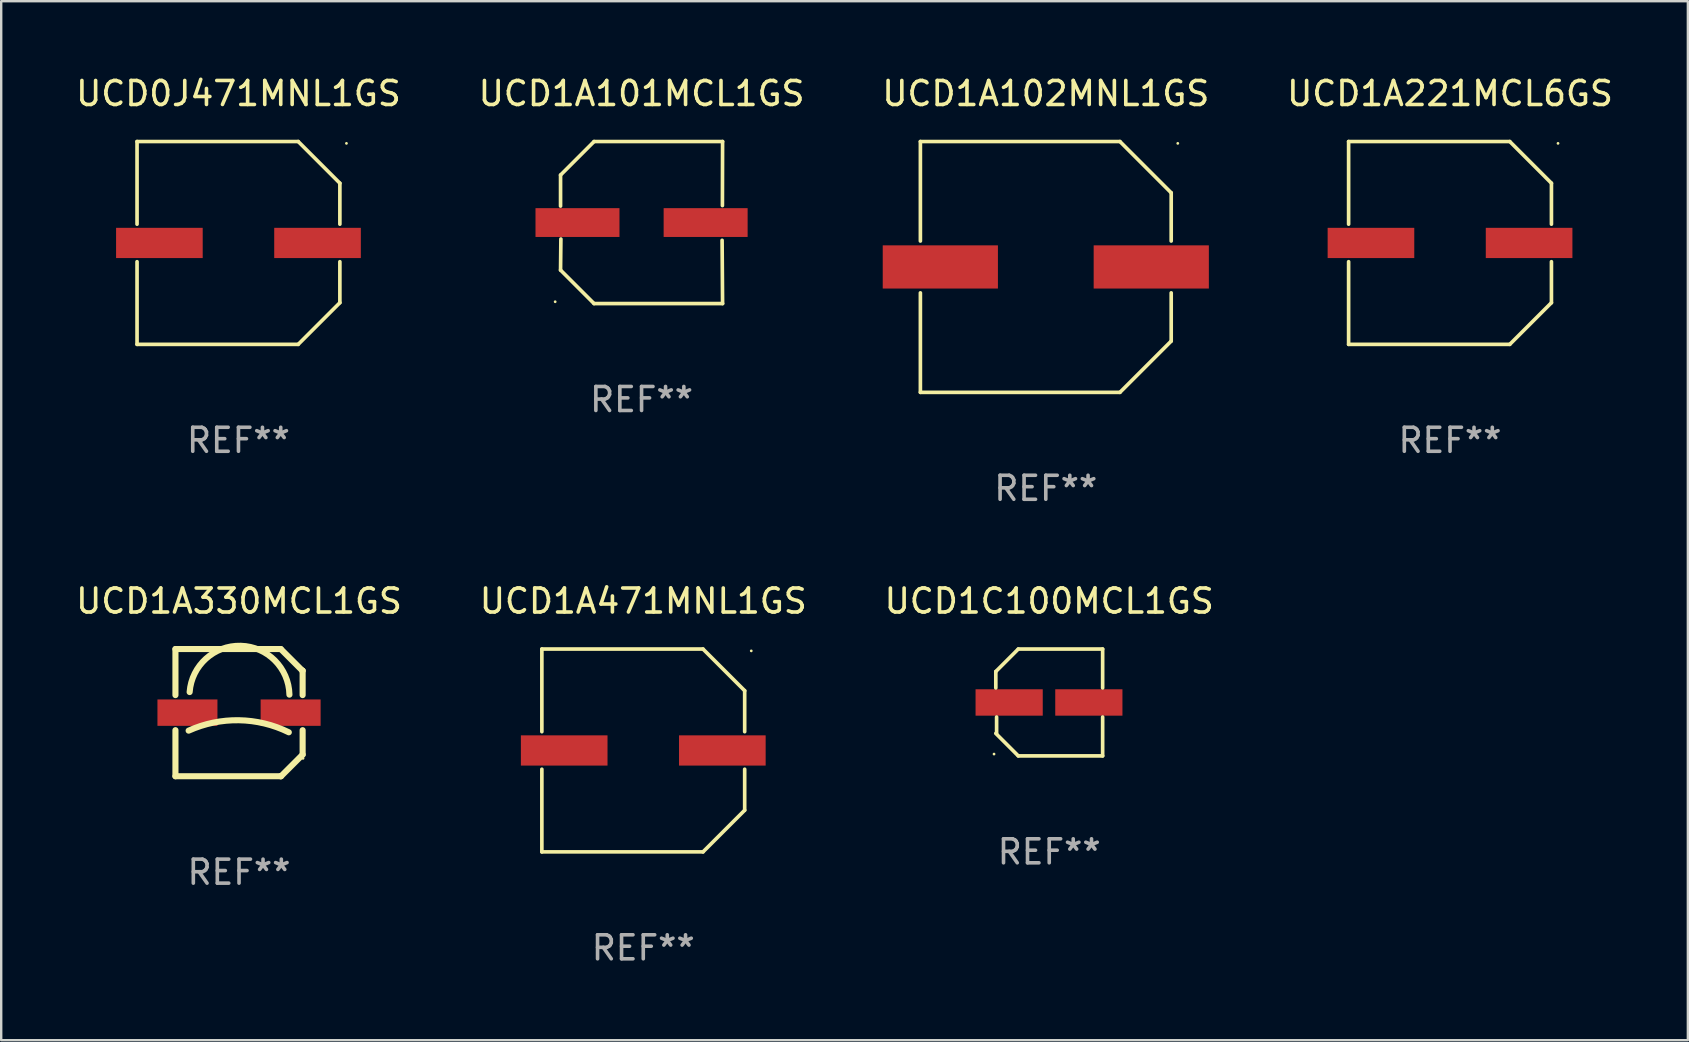
<source format=kicad_pcb>
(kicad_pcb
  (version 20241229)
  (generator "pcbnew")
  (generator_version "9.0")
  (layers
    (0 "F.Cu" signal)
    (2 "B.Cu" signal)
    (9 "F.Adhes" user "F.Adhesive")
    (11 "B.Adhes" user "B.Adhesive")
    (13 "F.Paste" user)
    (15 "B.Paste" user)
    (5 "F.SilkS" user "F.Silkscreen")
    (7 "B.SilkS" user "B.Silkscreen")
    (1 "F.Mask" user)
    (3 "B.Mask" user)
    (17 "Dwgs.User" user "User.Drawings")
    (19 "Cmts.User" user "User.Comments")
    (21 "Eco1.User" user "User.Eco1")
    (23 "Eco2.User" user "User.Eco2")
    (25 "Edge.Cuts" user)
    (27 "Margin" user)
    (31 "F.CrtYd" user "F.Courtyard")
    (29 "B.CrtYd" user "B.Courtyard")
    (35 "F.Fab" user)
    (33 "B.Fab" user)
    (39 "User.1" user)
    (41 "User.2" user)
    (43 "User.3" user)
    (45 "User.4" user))
  (footprint "UCD0J471MNL1GS"
    (layer "F.Cu")
    (at 6.887 7.074)
    (property "Reference" "UCD0J471MNL1GS" (at 0 -6.226 0) (layer "F.SilkS") (effects (font (size 1 1) (thickness 0.15))))
    (attr through_hole)
    (fp_line (start -4.226 -4.226) (end 2.49 -4.226) (stroke (width 0.152) (type solid)) (layer "F.SilkS"))
    (fp_line (start -4.226 -0.782) (end -4.226 -4.226) (stroke (width 0.152) (type solid)) (layer "F.SilkS"))
    (fp_line (start -4.226 0.782) (end -4.226 4.226) (stroke (width 0.152) (type solid)) (layer "F.SilkS"))
    (fp_line (start -4.226 4.226) (end 2.49 4.226) (stroke (width 0.152) (type solid)) (layer "F.SilkS"))
    (fp_line (start 2.49 -4.226) (end 4.226 -2.49) (stroke (width 0.152) (type solid)) (layer "F.SilkS"))
    (fp_line (start 2.49 4.226) (end 4.226 2.49) (stroke (width 0.152) (type solid)) (layer "F.SilkS"))
    (fp_line (start 4.226 -2.49) (end 4.226 -0.782) (stroke (width 0.152) (type solid)) (layer "F.SilkS"))
    (fp_line (start 4.226 2.49) (end 4.226 0.782) (stroke (width 0.152) (type solid)) (layer "F.SilkS"))
    (fp_circle (center 4.5 -4.15) (end 4.53 -4.15) (stroke (width 0.06) (type solid)) (fill no) (layer "F.SilkS"))
    (fp_text user "REF**" (at 0 8.226 0) (layer "F.Fab") (effects (font (size 1 1) (thickness 0.15))))
    (pad "1" smd rect (at 3.295 0 180) (size 3.61 1.26) (layers "F.Cu" "F.Mask" "F.Paste"))
    (pad "2" smd rect (at -3.295 0 180) (size 3.61 1.26) (layers "F.Cu" "F.Mask" "F.Paste")))
  (footprint "UCD1A471MNL1GS"
    (layer "F.Cu")
    (at 23.756 28.223)
    (property "Reference" "UCD1A471MNL1GS" (at 0 -6.226 0) (layer "F.SilkS") (effects (font (size 1 1) (thickness 0.15))))
    (attr through_hole)
    (fp_line (start -4.226 -4.226) (end 2.49 -4.226) (stroke (width 0.152) (type solid)) (layer "F.SilkS"))
    (fp_line (start -4.226 -0.782) (end -4.226 -4.226) (stroke (width 0.152) (type solid)) (layer "F.SilkS"))
    (fp_line (start -4.226 0.782) (end -4.226 4.226) (stroke (width 0.152) (type solid)) (layer "F.SilkS"))
    (fp_line (start -4.226 4.226) (end 2.49 4.226) (stroke (width 0.152) (type solid)) (layer "F.SilkS"))
    (fp_line (start 2.49 -4.226) (end 4.226 -2.49) (stroke (width 0.152) (type solid)) (layer "F.SilkS"))
    (fp_line (start 2.49 4.226) (end 4.226 2.49) (stroke (width 0.152) (type solid)) (layer "F.SilkS"))
    (fp_line (start 4.226 -2.49) (end 4.226 -0.782) (stroke (width 0.152) (type solid)) (layer "F.SilkS"))
    (fp_line (start 4.226 2.49) (end 4.226 0.782) (stroke (width 0.152) (type solid)) (layer "F.SilkS"))
    (fp_circle (center 4.5 -4.15) (end 4.53 -4.15) (stroke (width 0.06) (type solid)) (fill no) (layer "F.SilkS"))
    (fp_text user "REF**" (at 0 8.226 0) (layer "F.Fab") (effects (font (size 1 1) (thickness 0.15))))
    (pad "1" smd rect (at 3.295 0 180) (size 3.61 1.26) (layers "F.Cu" "F.Mask" "F.Paste"))
    (pad "2" smd rect (at -3.295 0 180) (size 3.61 1.26) (layers "F.Cu" "F.Mask" "F.Paste")))
  (footprint "UCD1C100MCL1GS"
    (layer "F.Cu")
    (at 40.673 26.223)
    (property "Reference" "UCD1C100MCL1GS" (at 0 -4.226 0) (layer "F.SilkS") (effects (font (size 1 1) (thickness 0.15))))
    (attr through_hole)
    (fp_line (start -2.226 -1.29) (end -2.226 -0.607) (stroke (width 0.152) (type solid)) (layer "F.SilkS"))
    (fp_line (start -2.193 1.29) (end -2.193 0.607) (stroke (width 0.152) (type solid)) (layer "F.SilkS"))
    (fp_line (start -1.29 2.226) (end -2.226 1.29) (stroke (width 0.152) (type solid)) (layer "F.SilkS"))
    (fp_line (start -1.29 -2.226) (end -2.226 -1.29) (stroke (width 0.152) (type solid)) (layer "F.SilkS"))
    (fp_line (start 2.226 -2.226) (end -1.29 -2.226) (stroke (width 0.152) (type solid)) (layer "F.SilkS"))
    (fp_line (start 2.226 -0.607) (end 2.226 -2.226) (stroke (width 0.152) (type solid)) (layer "F.SilkS"))
    (fp_line (start 2.226 0.607) (end 2.226 2.226) (stroke (width 0.152) (type solid)) (layer "F.SilkS"))
    (fp_line (start 2.226 2.226) (end -1.29 2.226) (stroke (width 0.152) (type solid)) (layer "F.SilkS"))
    (fp_circle (center -2.3 2.15) (end -2.27 2.15) (stroke (width 0.06) (type solid)) (fill no) (layer "F.SilkS"))
    (fp_text user "REF**" (at 0 6.226 0) (layer "F.Fab") (effects (font (size 1 1) (thickness 0.15))))
    (pad "1" smd rect (at -1.67 -0.000025) (size 2.8 1.1) (layers "F.Cu" "F.Mask" "F.Paste"))
    (pad "2" smd rect (at 1.651 -0.000025) (size 2.8 1.1) (layers "F.Cu" "F.Mask" "F.Paste")))
  (footprint "UCD1A102MNL1GS"
    (layer "F.Cu")
    (at 40.53 8.074)
    (property "Reference" "UCD1A102MNL1GS" (at 0 -7.226 0) (layer "F.SilkS") (effects (font (size 1 1) (thickness 0.15))))
    (attr through_hole)
    (fp_line (start -5.226 -5.226) (end -5.226 -1.08) (stroke (width 0.152) (type solid)) (layer "F.SilkS"))
    (fp_line (start -5.226 -5.226) (end 3.09 -5.226) (stroke (width 0.152) (type solid)) (layer "F.SilkS"))
    (fp_line (start -5.226 1.08) (end -5.226 5.226) (stroke (width 0.152) (type solid)) (layer "F.SilkS"))
    (fp_line (start -5.226 5.226) (end 3.09 5.226) (stroke (width 0.152) (type solid)) (layer "F.SilkS"))
    (fp_line (start 3.09 -5.226) (end 5.226 -3.09) (stroke (width 0.152) (type solid)) (layer "F.SilkS"))
    (fp_line (start 3.09 5.226) (end 5.226 3.09) (stroke (width 0.152) (type solid)) (layer "F.SilkS"))
    (fp_line (start 5.226 -1.08) (end 5.226 -3.09) (stroke (width 0.152) (type solid)) (layer "F.SilkS"))
    (fp_line (start 5.226 3.09) (end 5.226 1.08) (stroke (width 0.152) (type solid)) (layer "F.SilkS"))
    (fp_circle (center 5.5 -5.15) (end 5.53 -5.15) (stroke (width 0.06) (type solid)) (fill no) (layer "F.SilkS"))
    (fp_text user "REF**" (at 0 9.226 0) (layer "F.Fab") (effects (font (size 1 1) (thickness 0.15))))
    (pad "1" smd rect (at 4.395 0 180) (size 4.8 1.8) (layers "F.Cu" "F.Mask" "F.Paste"))
    (pad "2" smd rect (at -4.395 0 180) (size 4.8 1.8) (layers "F.Cu" "F.Mask" "F.Paste")))
  (footprint "UCD1A221MCL6GS"
    (layer "F.Cu")
    (at 57.375 7.074)
    (property "Reference" "UCD1A221MCL6GS" (at 0 -6.226 0) (layer "F.SilkS") (effects (font (size 1 1) (thickness 0.15))))
    (attr through_hole)
    (fp_line (start -4.226 -4.226) (end 2.49 -4.226) (stroke (width 0.152) (type solid)) (layer "F.SilkS"))
    (fp_line (start -4.226 -0.782) (end -4.226 -4.226) (stroke (width 0.152) (type solid)) (layer "F.SilkS"))
    (fp_line (start -4.226 0.782) (end -4.226 4.226) (stroke (width 0.152) (type solid)) (layer "F.SilkS"))
    (fp_line (start -4.226 4.226) (end 2.49 4.226) (stroke (width 0.152) (type solid)) (layer "F.SilkS"))
    (fp_line (start 2.49 -4.226) (end 4.226 -2.49) (stroke (width 0.152) (type solid)) (layer "F.SilkS"))
    (fp_line (start 2.49 4.226) (end 4.226 2.49) (stroke (width 0.152) (type solid)) (layer "F.SilkS"))
    (fp_line (start 4.226 -2.49) (end 4.226 -0.782) (stroke (width 0.152) (type solid)) (layer "F.SilkS"))
    (fp_line (start 4.226 2.49) (end 4.226 0.782) (stroke (width 0.152) (type solid)) (layer "F.SilkS"))
    (fp_circle (center 4.5 -4.15) (end 4.53 -4.15) (stroke (width 0.06) (type solid)) (fill no) (layer "F.SilkS"))
    (fp_text user "REF**" (at 0 8.226 0) (layer "F.Fab") (effects (font (size 1 1) (thickness 0.15))))
    (pad "1" smd rect (at 3.295 0 180) (size 3.61 1.26) (layers "F.Cu" "F.Mask" "F.Paste"))
    (pad "2" smd rect (at -3.295 0 180) (size 3.61 1.26) (layers "F.Cu" "F.Mask" "F.Paste")))
  (footprint "UCD1A330MCL1GS"
    (layer "F.Cu")
    (at 6.911 26.647)
    (property "Reference" "UCD1A330MCL1GS" (at 0 -4.65 0) (layer "F.SilkS") (effects (font (size 1 1) (thickness 0.15))))
    (attr through_hole)
    (fp_line (start -2.65 -2.65) (end 1.74 -2.65) (stroke (width 0.254) (type solid)) (layer "F.SilkS"))
    (fp_line (start -2.65 -0.731) (end -2.65 -2.65) (stroke (width 0.254) (type solid)) (layer "F.SilkS"))
    (fp_line (start -2.65 2.65) (end -2.65 0.731) (stroke (width 0.254) (type solid)) (layer "F.SilkS"))
    (fp_line (start -2.65 2.65) (end 1.73 2.65) (stroke (width 0.254) (type solid)) (layer "F.SilkS"))
    (fp_line (start 1.73 2.65) (end 1.75 2.65) (stroke (width 0.254) (type solid)) (layer "F.SilkS"))
    (fp_line (start 1.75 2.65) (end 2.65 1.75) (stroke (width 0.254) (type solid)) (layer "F.SilkS"))
    (fp_line (start 2.64 -1.75) (end 1.74 -2.65) (stroke (width 0.254) (type solid)) (layer "F.SilkS"))
    (fp_line (start 2.65 -1.75) (end 2.64 -1.75) (stroke (width 0.254) (type solid)) (layer "F.SilkS"))
    (fp_line (start 2.65 -0.731) (end 2.65 -1.75) (stroke (width 0.254) (type solid)) (layer "F.SilkS"))
    (fp_line (start 2.65 1.75) (end 2.65 0.731) (stroke (width 0.254) (type solid)) (layer "F.SilkS"))
    (fp_arc (start -2.1 0.749886) (mid -0.005214 0.316693) (end 2.074168 0.818644) (stroke (width 0.254001) (type solid)) (layer "F.SilkS"))
    (fp_arc (start -2.058369 -0.857759) (mid 0.072137 -2.78601) (end 2.1 -0.750089) (stroke (width 0.254001) (type solid)) (layer "F.SilkS"))
    (fp_circle (center 2.667 1.905) (end 2.697 1.905) (stroke (width 0.06) (type solid)) (fill no) (layer "F.SilkS"))
    (fp_text user "REF**" (at 0 6.65 0) (layer "F.Fab") (effects (font (size 1 1) (thickness 0.15))))
    (pad "1" smd rect (at 2.15 0) (size 2.5 1.1) (layers "F.Cu" "F.Mask" "F.Paste"))
    (pad "2" smd rect (at -2.15 0) (size 2.5 1.1) (layers "F.Cu" "F.Mask" "F.Paste")))
  (footprint "UCD1A101MCL1GS"
    (layer "F.Cu")
    (at 23.685 6.224)
    (property "Reference" "UCD1A101MCL1GS" (at 0 -5.376 0) (layer "F.SilkS") (effects (font (size 1 1) (thickness 0.15))))
    (attr through_hole)
    (fp_line (start -3.376 -1.98) (end -3.376 -0.686) (stroke (width 0.152) (type solid)) (layer "F.SilkS"))
    (fp_line (start -3.376 1.981) (end -3.362 0.686) (stroke (width 0.152) (type solid)) (layer "F.SilkS"))
    (fp_line (start -1.981 3.376) (end -3.376 1.981) (stroke (width 0.152) (type solid)) (layer "F.SilkS"))
    (fp_line (start -1.98 -3.376) (end -3.376 -1.98) (stroke (width 0.152) (type solid)) (layer "F.SilkS"))
    (fp_line (start 3.356 0.74) (end 3.376 3.376) (stroke (width 0.152) (type solid)) (layer "F.SilkS"))
    (fp_line (start 3.369 -0.707) (end 3.376 -3.376) (stroke (width 0.152) (type solid)) (layer "F.SilkS"))
    (fp_line (start 3.376 3.376) (end -1.981 3.376) (stroke (width 0.152) (type solid)) (layer "F.SilkS"))
    (fp_line (start 3.376 -3.376) (end -1.98 -3.376) (stroke (width 0.152) (type solid)) (layer "F.SilkS"))
    (fp_circle (center -3.6 3.3) (end -3.57 3.3) (stroke (width 0.06) (type solid)) (fill no) (layer "F.SilkS"))
    (fp_text user "REF**" (at 0 7.376 0) (layer "F.Fab") (effects (font (size 1 1) (thickness 0.15))))
    (pad "1" smd rect (at -2.67 0.000381) (size 3.5 1.2) (layers "F.Cu" "F.Mask" "F.Paste"))
    (pad "2" smd rect (at 2.67 0.000381) (size 3.5 1.2) (layers "F.Cu" "F.Mask" "F.Paste")))
  (gr_rect
    (start -3 -3)
    (end 67.286 40.298)
    (stroke (width 0.1) (type default))
    (fill no)
    (layer "Edge.Cuts")))
</source>
